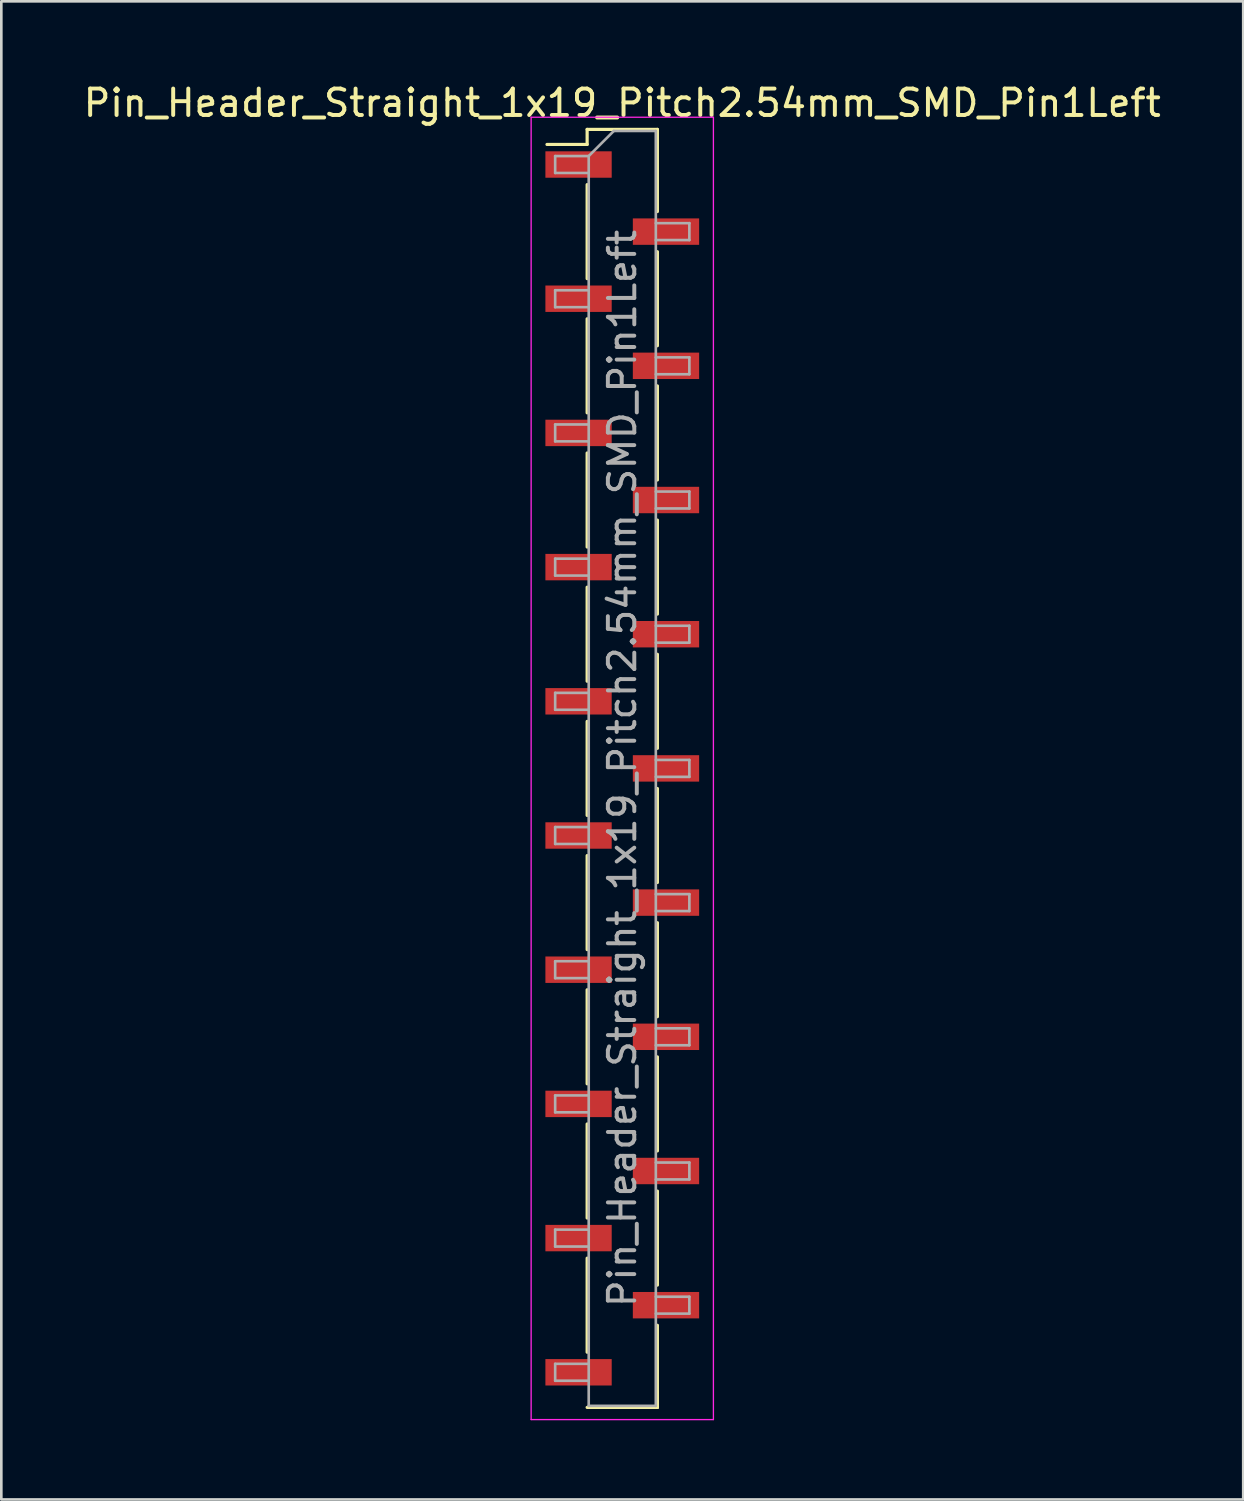
<source format=kicad_pcb>
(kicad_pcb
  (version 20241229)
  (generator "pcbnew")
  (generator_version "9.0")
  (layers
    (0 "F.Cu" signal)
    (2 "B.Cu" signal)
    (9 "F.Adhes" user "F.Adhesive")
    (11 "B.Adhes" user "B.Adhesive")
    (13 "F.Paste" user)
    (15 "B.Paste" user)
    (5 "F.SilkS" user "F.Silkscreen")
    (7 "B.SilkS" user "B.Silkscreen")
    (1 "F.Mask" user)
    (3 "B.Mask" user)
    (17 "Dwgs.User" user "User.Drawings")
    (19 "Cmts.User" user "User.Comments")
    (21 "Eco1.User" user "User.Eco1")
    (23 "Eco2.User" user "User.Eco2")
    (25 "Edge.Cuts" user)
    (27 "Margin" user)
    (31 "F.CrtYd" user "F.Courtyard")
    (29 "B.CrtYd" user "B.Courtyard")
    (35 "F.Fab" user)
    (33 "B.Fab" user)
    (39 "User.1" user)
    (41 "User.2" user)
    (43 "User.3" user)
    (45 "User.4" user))
  (footprint "Pin_Header_Straight_1x19_Pitch2.54mm_SMD_Pin1Left"
    (layer "F.Cu")
    (at 20.506 26.038)
    (property "Reference" "Pin_Header_Straight_1x19_Pitch2.54mm_SMD_Pin1Left" (at 0 -25.19 0) (layer "F.SilkS") (effects (font (size 1 1) (thickness 0.15))))
    (attr smd)
    (fp_line (start -1.33 -24.19) (end -1.33 -23.62) (stroke (width 0.12) (type solid)) (layer "F.SilkS"))
    (fp_line (start -1.33 -24.19) (end 1.33 -24.19) (stroke (width 0.12) (type solid)) (layer "F.SilkS"))
    (fp_line (start -1.33 -23.62) (end -2.85 -23.62) (stroke (width 0.12) (type solid)) (layer "F.SilkS"))
    (fp_line (start -1.33 -22.1) (end -1.33 -18.54) (stroke (width 0.12) (type solid)) (layer "F.SilkS"))
    (fp_line (start -1.33 -17.02) (end -1.33 -13.46) (stroke (width 0.12) (type solid)) (layer "F.SilkS"))
    (fp_line (start -1.33 -11.94) (end -1.33 -8.38) (stroke (width 0.12) (type solid)) (layer "F.SilkS"))
    (fp_line (start -1.33 -6.86) (end -1.33 -3.3) (stroke (width 0.12) (type solid)) (layer "F.SilkS"))
    (fp_line (start -1.33 -1.78) (end -1.33 1.78) (stroke (width 0.12) (type solid)) (layer "F.SilkS"))
    (fp_line (start -1.33 3.3) (end -1.33 6.86) (stroke (width 0.12) (type solid)) (layer "F.SilkS"))
    (fp_line (start -1.33 8.38) (end -1.33 11.94) (stroke (width 0.12) (type solid)) (layer "F.SilkS"))
    (fp_line (start -1.33 13.46) (end -1.33 17.02) (stroke (width 0.12) (type solid)) (layer "F.SilkS"))
    (fp_line (start -1.33 18.54) (end -1.33 22.1) (stroke (width 0.12) (type solid)) (layer "F.SilkS"))
    (fp_line (start -1.33 24.19) (end 1.33 24.19) (stroke (width 0.12) (type solid)) (layer "F.SilkS"))
    (fp_line (start 1.33 -24.19) (end 1.33 -21.08) (stroke (width 0.12) (type solid)) (layer "F.SilkS"))
    (fp_line (start 1.33 -19.56) (end 1.33 -16) (stroke (width 0.12) (type solid)) (layer "F.SilkS"))
    (fp_line (start 1.33 -14.48) (end 1.33 -10.92) (stroke (width 0.12) (type solid)) (layer "F.SilkS"))
    (fp_line (start 1.33 -9.4) (end 1.33 -5.84) (stroke (width 0.12) (type solid)) (layer "F.SilkS"))
    (fp_line (start 1.33 -4.32) (end 1.33 -0.76) (stroke (width 0.12) (type solid)) (layer "F.SilkS"))
    (fp_line (start 1.33 0.76) (end 1.33 4.32) (stroke (width 0.12) (type solid)) (layer "F.SilkS"))
    (fp_line (start 1.33 5.84) (end 1.33 9.4) (stroke (width 0.12) (type solid)) (layer "F.SilkS"))
    (fp_line (start 1.33 10.92) (end 1.33 14.48) (stroke (width 0.12) (type solid)) (layer "F.SilkS"))
    (fp_line (start 1.33 16) (end 1.33 19.56) (stroke (width 0.12) (type solid)) (layer "F.SilkS"))
    (fp_line (start 1.33 21.08) (end 1.33 24.19) (stroke (width 0.12) (type solid)) (layer "F.SilkS"))
    (fp_line (start 1.33 23.62) (end 1.33 24.19) (stroke (width 0.12) (type solid)) (layer "F.SilkS"))
    (fp_line (start -3.45 -24.65) (end -3.45 24.65) (stroke (width 0.05) (type solid)) (layer "F.CrtYd"))
    (fp_line (start -3.45 24.65) (end 3.45 24.65) (stroke (width 0.05) (type solid)) (layer "F.CrtYd"))
    (fp_line (start 3.45 -24.65) (end -3.45 -24.65) (stroke (width 0.05) (type solid)) (layer "F.CrtYd"))
    (fp_line (start 3.45 24.65) (end 3.45 -24.65) (stroke (width 0.05) (type solid)) (layer "F.CrtYd"))
    (fp_line (start -2.54 -23.18) (end -2.54 -22.54) (stroke (width 0.1) (type solid)) (layer "F.Fab"))
    (fp_line (start -2.54 -22.54) (end -1.27 -22.54) (stroke (width 0.1) (type solid)) (layer "F.Fab"))
    (fp_line (start -2.54 -18.1) (end -2.54 -17.46) (stroke (width 0.1) (type solid)) (layer "F.Fab"))
    (fp_line (start -2.54 -17.46) (end -1.27 -17.46) (stroke (width 0.1) (type solid)) (layer "F.Fab"))
    (fp_line (start -2.54 -13.02) (end -2.54 -12.38) (stroke (width 0.1) (type solid)) (layer "F.Fab"))
    (fp_line (start -2.54 -12.38) (end -1.27 -12.38) (stroke (width 0.1) (type solid)) (layer "F.Fab"))
    (fp_line (start -2.54 -7.94) (end -2.54 -7.3) (stroke (width 0.1) (type solid)) (layer "F.Fab"))
    (fp_line (start -2.54 -7.3) (end -1.27 -7.3) (stroke (width 0.1) (type solid)) (layer "F.Fab"))
    (fp_line (start -2.54 -2.86) (end -2.54 -2.22) (stroke (width 0.1) (type solid)) (layer "F.Fab"))
    (fp_line (start -2.54 -2.22) (end -1.27 -2.22) (stroke (width 0.1) (type solid)) (layer "F.Fab"))
    (fp_line (start -2.54 2.22) (end -2.54 2.86) (stroke (width 0.1) (type solid)) (layer "F.Fab"))
    (fp_line (start -2.54 2.86) (end -1.27 2.86) (stroke (width 0.1) (type solid)) (layer "F.Fab"))
    (fp_line (start -2.54 7.3) (end -2.54 7.94) (stroke (width 0.1) (type solid)) (layer "F.Fab"))
    (fp_line (start -2.54 7.94) (end -1.27 7.94) (stroke (width 0.1) (type solid)) (layer "F.Fab"))
    (fp_line (start -2.54 12.38) (end -2.54 13.02) (stroke (width 0.1) (type solid)) (layer "F.Fab"))
    (fp_line (start -2.54 13.02) (end -1.27 13.02) (stroke (width 0.1) (type solid)) (layer "F.Fab"))
    (fp_line (start -2.54 17.46) (end -2.54 18.1) (stroke (width 0.1) (type solid)) (layer "F.Fab"))
    (fp_line (start -2.54 18.1) (end -1.27 18.1) (stroke (width 0.1) (type solid)) (layer "F.Fab"))
    (fp_line (start -2.54 22.54) (end -2.54 23.18) (stroke (width 0.1) (type solid)) (layer "F.Fab"))
    (fp_line (start -2.54 23.18) (end -1.27 23.18) (stroke (width 0.1) (type solid)) (layer "F.Fab"))
    (fp_line (start -1.27 -23.18) (end -2.54 -23.18) (stroke (width 0.1) (type solid)) (layer "F.Fab"))
    (fp_line (start -1.27 -23.18) (end -0.32 -24.13) (stroke (width 0.1) (type solid)) (layer "F.Fab"))
    (fp_line (start -1.27 -18.1) (end -2.54 -18.1) (stroke (width 0.1) (type solid)) (layer "F.Fab"))
    (fp_line (start -1.27 -13.02) (end -2.54 -13.02) (stroke (width 0.1) (type solid)) (layer "F.Fab"))
    (fp_line (start -1.27 -7.94) (end -2.54 -7.94) (stroke (width 0.1) (type solid)) (layer "F.Fab"))
    (fp_line (start -1.27 -2.86) (end -2.54 -2.86) (stroke (width 0.1) (type solid)) (layer "F.Fab"))
    (fp_line (start -1.27 2.22) (end -2.54 2.22) (stroke (width 0.1) (type solid)) (layer "F.Fab"))
    (fp_line (start -1.27 7.3) (end -2.54 7.3) (stroke (width 0.1) (type solid)) (layer "F.Fab"))
    (fp_line (start -1.27 12.38) (end -2.54 12.38) (stroke (width 0.1) (type solid)) (layer "F.Fab"))
    (fp_line (start -1.27 17.46) (end -2.54 17.46) (stroke (width 0.1) (type solid)) (layer "F.Fab"))
    (fp_line (start -1.27 22.54) (end -2.54 22.54) (stroke (width 0.1) (type solid)) (layer "F.Fab"))
    (fp_line (start -1.27 24.13) (end -1.27 -23.18) (stroke (width 0.1) (type solid)) (layer "F.Fab"))
    (fp_line (start -0.32 -24.13) (end 1.27 -24.13) (stroke (width 0.1) (type solid)) (layer "F.Fab"))
    (fp_line (start 1.27 -24.13) (end 1.27 24.13) (stroke (width 0.1) (type solid)) (layer "F.Fab"))
    (fp_line (start 1.27 -20.64) (end 2.54 -20.64) (stroke (width 0.1) (type solid)) (layer "F.Fab"))
    (fp_line (start 1.27 -15.56) (end 2.54 -15.56) (stroke (width 0.1) (type solid)) (layer "F.Fab"))
    (fp_line (start 1.27 -10.48) (end 2.54 -10.48) (stroke (width 0.1) (type solid)) (layer "F.Fab"))
    (fp_line (start 1.27 -5.4) (end 2.54 -5.4) (stroke (width 0.1) (type solid)) (layer "F.Fab"))
    (fp_line (start 1.27 -0.32) (end 2.54 -0.32) (stroke (width 0.1) (type solid)) (layer "F.Fab"))
    (fp_line (start 1.27 4.76) (end 2.54 4.76) (stroke (width 0.1) (type solid)) (layer "F.Fab"))
    (fp_line (start 1.27 9.84) (end 2.54 9.84) (stroke (width 0.1) (type solid)) (layer "F.Fab"))
    (fp_line (start 1.27 14.92) (end 2.54 14.92) (stroke (width 0.1) (type solid)) (layer "F.Fab"))
    (fp_line (start 1.27 20) (end 2.54 20) (stroke (width 0.1) (type solid)) (layer "F.Fab"))
    (fp_line (start 1.27 24.13) (end -1.27 24.13) (stroke (width 0.1) (type solid)) (layer "F.Fab"))
    (fp_line (start 2.54 -20.64) (end 2.54 -20) (stroke (width 0.1) (type solid)) (layer "F.Fab"))
    (fp_line (start 2.54 -20) (end 1.27 -20) (stroke (width 0.1) (type solid)) (layer "F.Fab"))
    (fp_line (start 2.54 -15.56) (end 2.54 -14.92) (stroke (width 0.1) (type solid)) (layer "F.Fab"))
    (fp_line (start 2.54 -14.92) (end 1.27 -14.92) (stroke (width 0.1) (type solid)) (layer "F.Fab"))
    (fp_line (start 2.54 -10.48) (end 2.54 -9.84) (stroke (width 0.1) (type solid)) (layer "F.Fab"))
    (fp_line (start 2.54 -9.84) (end 1.27 -9.84) (stroke (width 0.1) (type solid)) (layer "F.Fab"))
    (fp_line (start 2.54 -5.4) (end 2.54 -4.76) (stroke (width 0.1) (type solid)) (layer "F.Fab"))
    (fp_line (start 2.54 -4.76) (end 1.27 -4.76) (stroke (width 0.1) (type solid)) (layer "F.Fab"))
    (fp_line (start 2.54 -0.32) (end 2.54 0.32) (stroke (width 0.1) (type solid)) (layer "F.Fab"))
    (fp_line (start 2.54 0.32) (end 1.27 0.32) (stroke (width 0.1) (type solid)) (layer "F.Fab"))
    (fp_line (start 2.54 4.76) (end 2.54 5.4) (stroke (width 0.1) (type solid)) (layer "F.Fab"))
    (fp_line (start 2.54 5.4) (end 1.27 5.4) (stroke (width 0.1) (type solid)) (layer "F.Fab"))
    (fp_line (start 2.54 9.84) (end 2.54 10.48) (stroke (width 0.1) (type solid)) (layer "F.Fab"))
    (fp_line (start 2.54 10.48) (end 1.27 10.48) (stroke (width 0.1) (type solid)) (layer "F.Fab"))
    (fp_line (start 2.54 14.92) (end 2.54 15.56) (stroke (width 0.1) (type solid)) (layer "F.Fab"))
    (fp_line (start 2.54 15.56) (end 1.27 15.56) (stroke (width 0.1) (type solid)) (layer "F.Fab"))
    (fp_line (start 2.54 20) (end 2.54 20.64) (stroke (width 0.1) (type solid)) (layer "F.Fab"))
    (fp_line (start 2.54 20.64) (end 1.27 20.64) (stroke (width 0.1) (type solid)) (layer "F.Fab"))
    (fp_text user "${REFERENCE}" (at 0 0 90) (layer "F.Fab") (effects (font (size 1 1) (thickness 0.15))))
    (pad "1" smd rect (at -1.655 -22.86) (size 2.51 1) (layers "F.Cu" "F.Mask" "F.Paste"))
    (pad "2" smd rect (at 1.655 -20.32) (size 2.51 1) (layers "F.Cu" "F.Mask" "F.Paste"))
    (pad "3" smd rect (at -1.655 -17.78) (size 2.51 1) (layers "F.Cu" "F.Mask" "F.Paste"))
    (pad "4" smd rect (at 1.655 -15.24) (size 2.51 1) (layers "F.Cu" "F.Mask" "F.Paste"))
    (pad "5" smd rect (at -1.655 -12.7) (size 2.51 1) (layers "F.Cu" "F.Mask" "F.Paste"))
    (pad "6" smd rect (at 1.655 -10.16) (size 2.51 1) (layers "F.Cu" "F.Mask" "F.Paste"))
    (pad "7" smd rect (at -1.655 -7.62) (size 2.51 1) (layers "F.Cu" "F.Mask" "F.Paste"))
    (pad "8" smd rect (at 1.655 -5.08) (size 2.51 1) (layers "F.Cu" "F.Mask" "F.Paste"))
    (pad "9" smd rect (at -1.655 -2.54) (size 2.51 1) (layers "F.Cu" "F.Mask" "F.Paste"))
    (pad "10" smd rect (at 1.655 0) (size 2.51 1) (layers "F.Cu" "F.Mask" "F.Paste"))
    (pad "11" smd rect (at -1.655 2.54) (size 2.51 1) (layers "F.Cu" "F.Mask" "F.Paste"))
    (pad "12" smd rect (at 1.655 5.08) (size 2.51 1) (layers "F.Cu" "F.Mask" "F.Paste"))
    (pad "13" smd rect (at -1.655 7.62) (size 2.51 1) (layers "F.Cu" "F.Mask" "F.Paste"))
    (pad "14" smd rect (at 1.655 10.16) (size 2.51 1) (layers "F.Cu" "F.Mask" "F.Paste"))
    (pad "15" smd rect (at -1.655 12.7) (size 2.51 1) (layers "F.Cu" "F.Mask" "F.Paste"))
    (pad "16" smd rect (at 1.655 15.24) (size 2.51 1) (layers "F.Cu" "F.Mask" "F.Paste"))
    (pad "17" smd rect (at -1.655 17.78) (size 2.51 1) (layers "F.Cu" "F.Mask" "F.Paste"))
    (pad "18" smd rect (at 1.655 20.32) (size 2.51 1) (layers "F.Cu" "F.Mask" "F.Paste"))
    (pad "19" smd rect (at -1.655 22.86) (size 2.51 1) (layers "F.Cu" "F.Mask" "F.Paste")))
  (gr_rect
    (start -3 -3)
    (end 44.012 53.713)
    (stroke (width 0.1) (type default))
    (fill no)
    (layer "Edge.Cuts")))
</source>
